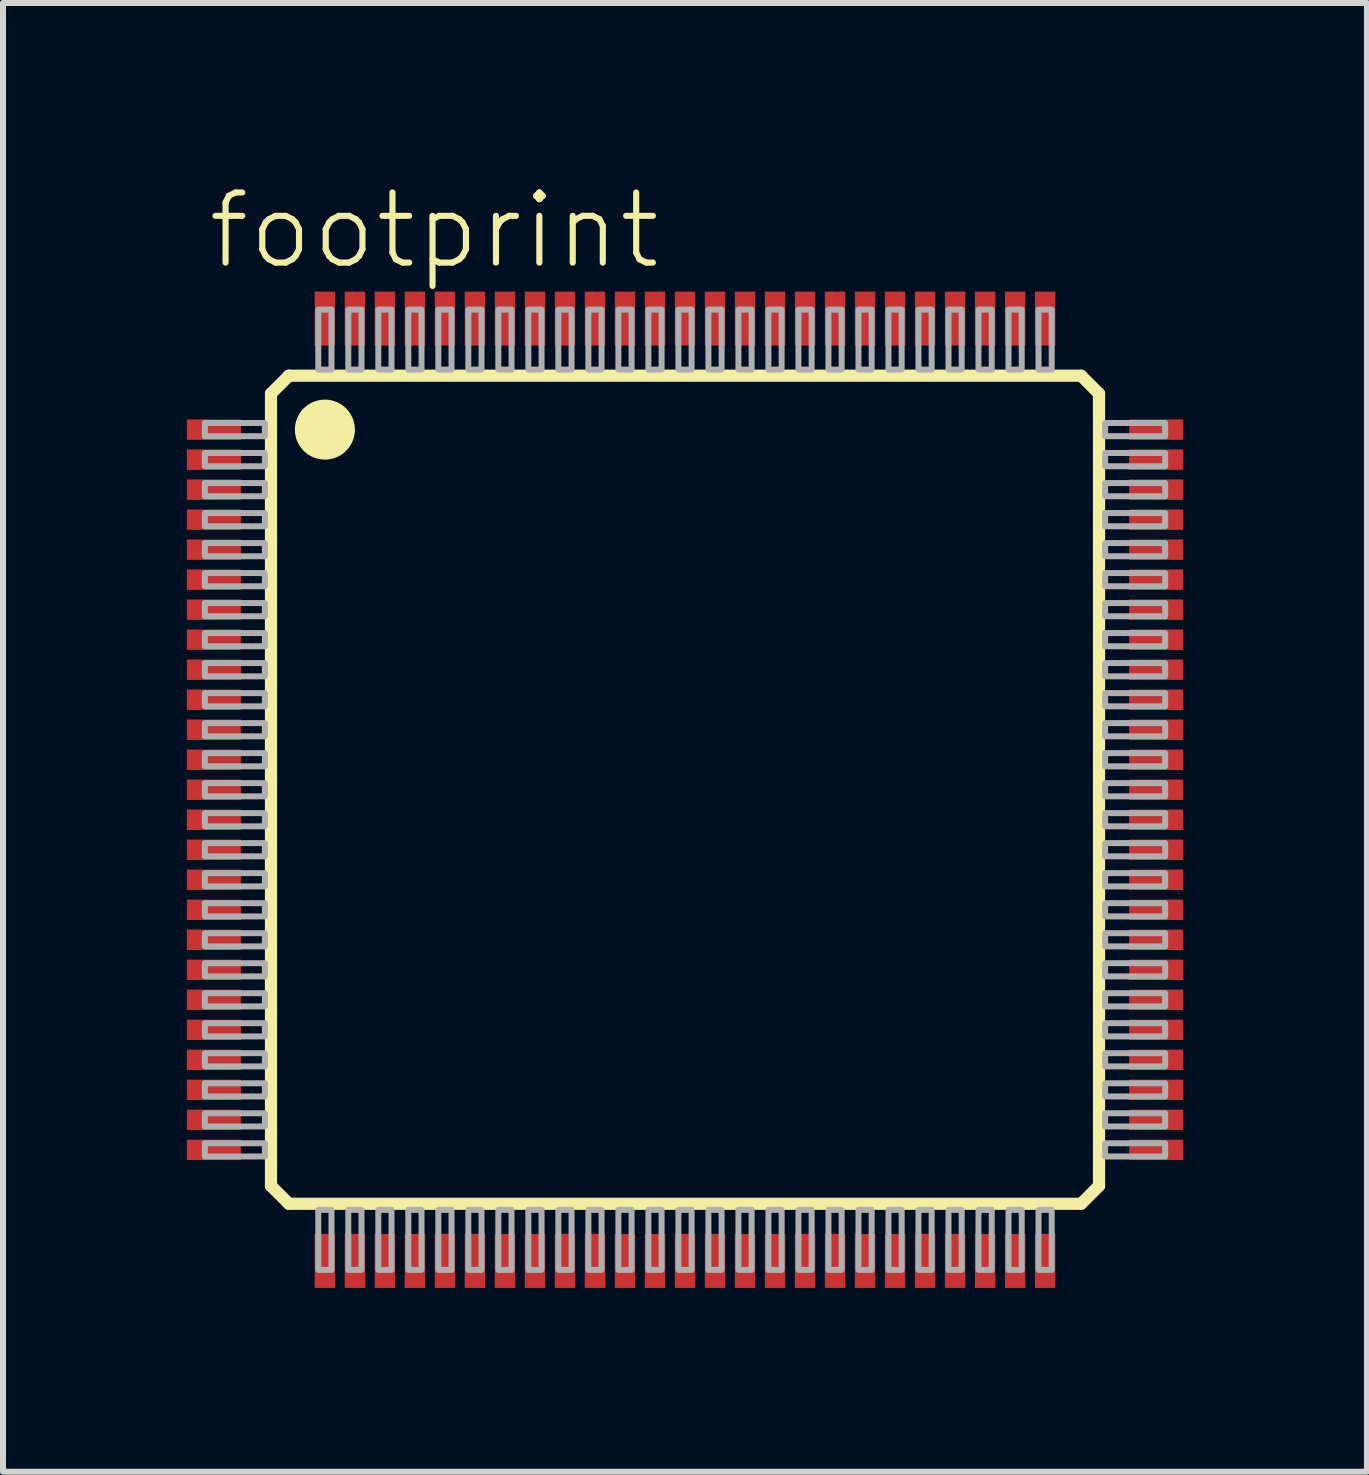
<source format=kicad_pcb>
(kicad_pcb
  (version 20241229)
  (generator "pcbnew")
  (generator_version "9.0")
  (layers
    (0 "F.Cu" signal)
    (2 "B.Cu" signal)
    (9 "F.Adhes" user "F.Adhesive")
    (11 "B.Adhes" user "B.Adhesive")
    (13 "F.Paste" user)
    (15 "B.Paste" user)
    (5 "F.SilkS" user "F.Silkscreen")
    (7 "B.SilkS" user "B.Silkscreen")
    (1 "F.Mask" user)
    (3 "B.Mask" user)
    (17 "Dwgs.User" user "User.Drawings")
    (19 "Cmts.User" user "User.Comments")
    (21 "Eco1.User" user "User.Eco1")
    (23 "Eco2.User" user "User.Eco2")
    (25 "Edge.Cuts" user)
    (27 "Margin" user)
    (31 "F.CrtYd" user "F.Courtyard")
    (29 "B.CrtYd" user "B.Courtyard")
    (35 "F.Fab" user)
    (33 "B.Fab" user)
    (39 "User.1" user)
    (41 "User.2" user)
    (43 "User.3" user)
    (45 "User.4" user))
  (footprint "footprint"
    (layer "F.Cu")
    (at 8.363 10.108)
    (property "Reference" "footprint" (at -8 -8.635 0) (layer "F.SilkS") (effects (font (size 1.168 1.168) (thickness 0.102)) (justify left bottom)))
    (fp_poly (pts (xy -8.363 -5.8) (xy -7.35 -5.8) (xy -7.35 -6.2) (xy -8.363 -6.2)) (stroke (width 0) (type solid)) (fill yes) (layer "F.Mask"))
    (fp_poly (pts (xy -8.363 -5.3) (xy -7.35 -5.3) (xy -7.35 -5.7) (xy -8.363 -5.7)) (stroke (width 0) (type solid)) (fill yes) (layer "F.Mask"))
    (fp_poly (pts (xy -8.363 -4.8) (xy -7.35 -4.8) (xy -7.35 -5.2) (xy -8.363 -5.2)) (stroke (width 0) (type solid)) (fill yes) (layer "F.Mask"))
    (fp_poly (pts (xy -8.363 -4.3) (xy -7.35 -4.3) (xy -7.35 -4.7) (xy -8.363 -4.7)) (stroke (width 0) (type solid)) (fill yes) (layer "F.Mask"))
    (fp_poly (pts (xy -8.363 -3.8) (xy -7.35 -3.8) (xy -7.35 -4.2) (xy -8.363 -4.2)) (stroke (width 0) (type solid)) (fill yes) (layer "F.Mask"))
    (fp_poly (pts (xy -8.363 -3.3) (xy -7.35 -3.3) (xy -7.35 -3.7) (xy -8.363 -3.7)) (stroke (width 0) (type solid)) (fill yes) (layer "F.Mask"))
    (fp_poly (pts (xy -8.363 -2.8) (xy -7.35 -2.8) (xy -7.35 -3.2) (xy -8.363 -3.2)) (stroke (width 0) (type solid)) (fill yes) (layer "F.Mask"))
    (fp_poly (pts (xy -8.363 -2.3) (xy -7.35 -2.3) (xy -7.35 -2.7) (xy -8.363 -2.7)) (stroke (width 0) (type solid)) (fill yes) (layer "F.Mask"))
    (fp_poly (pts (xy -8.363 -1.8) (xy -7.35 -1.8) (xy -7.35 -2.2) (xy -8.363 -2.2)) (stroke (width 0) (type solid)) (fill yes) (layer "F.Mask"))
    (fp_poly (pts (xy -8.363 -1.3) (xy -7.35 -1.3) (xy -7.35 -1.7) (xy -8.363 -1.7)) (stroke (width 0) (type solid)) (fill yes) (layer "F.Mask"))
    (fp_poly (pts (xy -8.363 -0.8) (xy -7.35 -0.8) (xy -7.35 -1.2) (xy -8.363 -1.2)) (stroke (width 0) (type solid)) (fill yes) (layer "F.Mask"))
    (fp_poly (pts (xy -8.363 -0.3) (xy -7.35 -0.3) (xy -7.35 -0.7) (xy -8.363 -0.7)) (stroke (width 0) (type solid)) (fill yes) (layer "F.Mask"))
    (fp_poly (pts (xy -8.363 0.2) (xy -7.35 0.2) (xy -7.35 -0.2) (xy -8.363 -0.2)) (stroke (width 0) (type solid)) (fill yes) (layer "F.Mask"))
    (fp_poly (pts (xy -8.363 0.7) (xy -7.35 0.7) (xy -7.35 0.3) (xy -8.363 0.3)) (stroke (width 0) (type solid)) (fill yes) (layer "F.Mask"))
    (fp_poly (pts (xy -8.363 1.2) (xy -7.35 1.2) (xy -7.35 0.8) (xy -8.363 0.8)) (stroke (width 0) (type solid)) (fill yes) (layer "F.Mask"))
    (fp_poly (pts (xy -8.363 1.7) (xy -7.35 1.7) (xy -7.35 1.3) (xy -8.363 1.3)) (stroke (width 0) (type solid)) (fill yes) (layer "F.Mask"))
    (fp_poly (pts (xy -8.363 2.2) (xy -7.35 2.2) (xy -7.35 1.8) (xy -8.363 1.8)) (stroke (width 0) (type solid)) (fill yes) (layer "F.Mask"))
    (fp_poly (pts (xy -8.363 2.7) (xy -7.35 2.7) (xy -7.35 2.3) (xy -8.363 2.3)) (stroke (width 0) (type solid)) (fill yes) (layer "F.Mask"))
    (fp_poly (pts (xy -8.363 3.2) (xy -7.35 3.2) (xy -7.35 2.8) (xy -8.363 2.8)) (stroke (width 0) (type solid)) (fill yes) (layer "F.Mask"))
    (fp_poly (pts (xy -8.363 3.7) (xy -7.35 3.7) (xy -7.35 3.3) (xy -8.363 3.3)) (stroke (width 0) (type solid)) (fill yes) (layer "F.Mask"))
    (fp_poly (pts (xy -8.363 4.2) (xy -7.35 4.2) (xy -7.35 3.8) (xy -8.363 3.8)) (stroke (width 0) (type solid)) (fill yes) (layer "F.Mask"))
    (fp_poly (pts (xy -8.363 4.7) (xy -7.35 4.7) (xy -7.35 4.3) (xy -8.363 4.3)) (stroke (width 0) (type solid)) (fill yes) (layer "F.Mask"))
    (fp_poly (pts (xy -8.363 5.2) (xy -7.35 5.2) (xy -7.35 4.8) (xy -8.363 4.8)) (stroke (width 0) (type solid)) (fill yes) (layer "F.Mask"))
    (fp_poly (pts (xy -8.363 5.7) (xy -7.35 5.7) (xy -7.35 5.3) (xy -8.363 5.3)) (stroke (width 0) (type solid)) (fill yes) (layer "F.Mask"))
    (fp_poly (pts (xy -8.363 6.2) (xy -7.35 6.2) (xy -7.35 5.8) (xy -8.363 5.8)) (stroke (width 0) (type solid)) (fill yes) (layer "F.Mask"))
    (fp_poly (pts (xy -6.2 -8.363) (xy -6.2 -7.35) (xy -5.8 -7.35) (xy -5.8 -8.363)) (stroke (width 0) (type solid)) (fill yes) (layer "F.Mask"))
    (fp_poly (pts (xy -5.8 8.363) (xy -5.8 7.35) (xy -6.2 7.35) (xy -6.2 8.363)) (stroke (width 0) (type solid)) (fill yes) (layer "F.Mask"))
    (fp_poly (pts (xy -5.7 -8.363) (xy -5.7 -7.35) (xy -5.3 -7.35) (xy -5.3 -8.363)) (stroke (width 0) (type solid)) (fill yes) (layer "F.Mask"))
    (fp_poly (pts (xy -5.3 8.363) (xy -5.3 7.35) (xy -5.7 7.35) (xy -5.7 8.363)) (stroke (width 0) (type solid)) (fill yes) (layer "F.Mask"))
    (fp_poly (pts (xy -5.2 -8.363) (xy -5.2 -7.35) (xy -4.8 -7.35) (xy -4.8 -8.363)) (stroke (width 0) (type solid)) (fill yes) (layer "F.Mask"))
    (fp_poly (pts (xy -4.8 8.363) (xy -4.8 7.35) (xy -5.2 7.35) (xy -5.2 8.363)) (stroke (width 0) (type solid)) (fill yes) (layer "F.Mask"))
    (fp_poly (pts (xy -4.7 -8.363) (xy -4.7 -7.35) (xy -4.3 -7.35) (xy -4.3 -8.363)) (stroke (width 0) (type solid)) (fill yes) (layer "F.Mask"))
    (fp_poly (pts (xy -4.3 8.363) (xy -4.3 7.35) (xy -4.7 7.35) (xy -4.7 8.363)) (stroke (width 0) (type solid)) (fill yes) (layer "F.Mask"))
    (fp_poly (pts (xy -4.2 -8.363) (xy -4.2 -7.35) (xy -3.8 -7.35) (xy -3.8 -8.363)) (stroke (width 0) (type solid)) (fill yes) (layer "F.Mask"))
    (fp_poly (pts (xy -3.8 8.363) (xy -3.8 7.35) (xy -4.2 7.35) (xy -4.2 8.363)) (stroke (width 0) (type solid)) (fill yes) (layer "F.Mask"))
    (fp_poly (pts (xy -3.7 -8.363) (xy -3.7 -7.35) (xy -3.3 -7.35) (xy -3.3 -8.363)) (stroke (width 0) (type solid)) (fill yes) (layer "F.Mask"))
    (fp_poly (pts (xy -3.3 8.363) (xy -3.3 7.35) (xy -3.7 7.35) (xy -3.7 8.363)) (stroke (width 0) (type solid)) (fill yes) (layer "F.Mask"))
    (fp_poly (pts (xy -3.2 -8.363) (xy -3.2 -7.35) (xy -2.8 -7.35) (xy -2.8 -8.363)) (stroke (width 0) (type solid)) (fill yes) (layer "F.Mask"))
    (fp_poly (pts (xy -2.8 8.363) (xy -2.8 7.35) (xy -3.2 7.35) (xy -3.2 8.363)) (stroke (width 0) (type solid)) (fill yes) (layer "F.Mask"))
    (fp_poly (pts (xy -2.7 -8.363) (xy -2.7 -7.35) (xy -2.3 -7.35) (xy -2.3 -8.363)) (stroke (width 0) (type solid)) (fill yes) (layer "F.Mask"))
    (fp_poly (pts (xy -2.3 8.363) (xy -2.3 7.35) (xy -2.7 7.35) (xy -2.7 8.363)) (stroke (width 0) (type solid)) (fill yes) (layer "F.Mask"))
    (fp_poly (pts (xy -2.2 -8.363) (xy -2.2 -7.35) (xy -1.8 -7.35) (xy -1.8 -8.363)) (stroke (width 0) (type solid)) (fill yes) (layer "F.Mask"))
    (fp_poly (pts (xy -1.8 8.363) (xy -1.8 7.35) (xy -2.2 7.35) (xy -2.2 8.363)) (stroke (width 0) (type solid)) (fill yes) (layer "F.Mask"))
    (fp_poly (pts (xy -1.7 -8.363) (xy -1.7 -7.35) (xy -1.3 -7.35) (xy -1.3 -8.363)) (stroke (width 0) (type solid)) (fill yes) (layer "F.Mask"))
    (fp_poly (pts (xy -1.3 8.363) (xy -1.3 7.35) (xy -1.7 7.35) (xy -1.7 8.363)) (stroke (width 0) (type solid)) (fill yes) (layer "F.Mask"))
    (fp_poly (pts (xy -1.2 -8.363) (xy -1.2 -7.35) (xy -0.8 -7.35) (xy -0.8 -8.363)) (stroke (width 0) (type solid)) (fill yes) (layer "F.Mask"))
    (fp_poly (pts (xy -0.8 8.363) (xy -0.8 7.35) (xy -1.2 7.35) (xy -1.2 8.363)) (stroke (width 0) (type solid)) (fill yes) (layer "F.Mask"))
    (fp_poly (pts (xy -0.7 -8.363) (xy -0.7 -7.35) (xy -0.3 -7.35) (xy -0.3 -8.363)) (stroke (width 0) (type solid)) (fill yes) (layer "F.Mask"))
    (fp_poly (pts (xy -0.3 8.363) (xy -0.3 7.35) (xy -0.7 7.35) (xy -0.7 8.363)) (stroke (width 0) (type solid)) (fill yes) (layer "F.Mask"))
    (fp_poly (pts (xy -0.2 -8.363) (xy -0.2 -7.35) (xy 0.2 -7.35) (xy 0.2 -8.363)) (stroke (width 0) (type solid)) (fill yes) (layer "F.Mask"))
    (fp_poly (pts (xy 0.2 8.363) (xy 0.2 7.35) (xy -0.2 7.35) (xy -0.2 8.363)) (stroke (width 0) (type solid)) (fill yes) (layer "F.Mask"))
    (fp_poly (pts (xy 0.3 -8.363) (xy 0.3 -7.35) (xy 0.7 -7.35) (xy 0.7 -8.363)) (stroke (width 0) (type solid)) (fill yes) (layer "F.Mask"))
    (fp_poly (pts (xy 0.7 8.363) (xy 0.7 7.35) (xy 0.3 7.35) (xy 0.3 8.363)) (stroke (width 0) (type solid)) (fill yes) (layer "F.Mask"))
    (fp_poly (pts (xy 0.8 -8.363) (xy 0.8 -7.35) (xy 1.2 -7.35) (xy 1.2 -8.363)) (stroke (width 0) (type solid)) (fill yes) (layer "F.Mask"))
    (fp_poly (pts (xy 1.2 8.363) (xy 1.2 7.35) (xy 0.8 7.35) (xy 0.8 8.363)) (stroke (width 0) (type solid)) (fill yes) (layer "F.Mask"))
    (fp_poly (pts (xy 1.3 -8.363) (xy 1.3 -7.35) (xy 1.7 -7.35) (xy 1.7 -8.363)) (stroke (width 0) (type solid)) (fill yes) (layer "F.Mask"))
    (fp_poly (pts (xy 1.7 8.363) (xy 1.7 7.35) (xy 1.3 7.35) (xy 1.3 8.363)) (stroke (width 0) (type solid)) (fill yes) (layer "F.Mask"))
    (fp_poly (pts (xy 1.8 -8.363) (xy 1.8 -7.35) (xy 2.2 -7.35) (xy 2.2 -8.363)) (stroke (width 0) (type solid)) (fill yes) (layer "F.Mask"))
    (fp_poly (pts (xy 2.2 8.363) (xy 2.2 7.35) (xy 1.8 7.35) (xy 1.8 8.363)) (stroke (width 0) (type solid)) (fill yes) (layer "F.Mask"))
    (fp_poly (pts (xy 2.3 -8.363) (xy 2.3 -7.35) (xy 2.7 -7.35) (xy 2.7 -8.363)) (stroke (width 0) (type solid)) (fill yes) (layer "F.Mask"))
    (fp_poly (pts (xy 2.7 8.363) (xy 2.7 7.35) (xy 2.3 7.35) (xy 2.3 8.363)) (stroke (width 0) (type solid)) (fill yes) (layer "F.Mask"))
    (fp_poly (pts (xy 2.8 -8.363) (xy 2.8 -7.35) (xy 3.2 -7.35) (xy 3.2 -8.363)) (stroke (width 0) (type solid)) (fill yes) (layer "F.Mask"))
    (fp_poly (pts (xy 3.2 8.363) (xy 3.2 7.35) (xy 2.8 7.35) (xy 2.8 8.363)) (stroke (width 0) (type solid)) (fill yes) (layer "F.Mask"))
    (fp_poly (pts (xy 3.3 -8.363) (xy 3.3 -7.35) (xy 3.7 -7.35) (xy 3.7 -8.363)) (stroke (width 0) (type solid)) (fill yes) (layer "F.Mask"))
    (fp_poly (pts (xy 3.7 8.363) (xy 3.7 7.35) (xy 3.3 7.35) (xy 3.3 8.363)) (stroke (width 0) (type solid)) (fill yes) (layer "F.Mask"))
    (fp_poly (pts (xy 3.8 -8.363) (xy 3.8 -7.35) (xy 4.2 -7.35) (xy 4.2 -8.363)) (stroke (width 0) (type solid)) (fill yes) (layer "F.Mask"))
    (fp_poly (pts (xy 4.2 8.363) (xy 4.2 7.35) (xy 3.8 7.35) (xy 3.8 8.363)) (stroke (width 0) (type solid)) (fill yes) (layer "F.Mask"))
    (fp_poly (pts (xy 4.3 -8.363) (xy 4.3 -7.35) (xy 4.7 -7.35) (xy 4.7 -8.363)) (stroke (width 0) (type solid)) (fill yes) (layer "F.Mask"))
    (fp_poly (pts (xy 4.7 8.363) (xy 4.7 7.35) (xy 4.3 7.35) (xy 4.3 8.363)) (stroke (width 0) (type solid)) (fill yes) (layer "F.Mask"))
    (fp_poly (pts (xy 4.8 -8.363) (xy 4.8 -7.35) (xy 5.2 -7.35) (xy 5.2 -8.363)) (stroke (width 0) (type solid)) (fill yes) (layer "F.Mask"))
    (fp_poly (pts (xy 5.2 8.363) (xy 5.2 7.35) (xy 4.8 7.35) (xy 4.8 8.363)) (stroke (width 0) (type solid)) (fill yes) (layer "F.Mask"))
    (fp_poly (pts (xy 5.3 -8.363) (xy 5.3 -7.35) (xy 5.7 -7.35) (xy 5.7 -8.363)) (stroke (width 0) (type solid)) (fill yes) (layer "F.Mask"))
    (fp_poly (pts (xy 5.7 8.363) (xy 5.7 7.35) (xy 5.3 7.35) (xy 5.3 8.363)) (stroke (width 0) (type solid)) (fill yes) (layer "F.Mask"))
    (fp_poly (pts (xy 5.8 -8.363) (xy 5.8 -7.35) (xy 6.2 -7.35) (xy 6.2 -8.363)) (stroke (width 0) (type solid)) (fill yes) (layer "F.Mask"))
    (fp_poly (pts (xy 6.2 8.363) (xy 6.2 7.35) (xy 5.8 7.35) (xy 5.8 8.363)) (stroke (width 0) (type solid)) (fill yes) (layer "F.Mask"))
    (fp_poly (pts (xy 8.363 -6.2) (xy 7.35 -6.2) (xy 7.35 -5.8) (xy 8.363 -5.8)) (stroke (width 0) (type solid)) (fill yes) (layer "F.Mask"))
    (fp_poly (pts (xy 8.363 -5.7) (xy 7.35 -5.7) (xy 7.35 -5.3) (xy 8.363 -5.3)) (stroke (width 0) (type solid)) (fill yes) (layer "F.Mask"))
    (fp_poly (pts (xy 8.363 -5.2) (xy 7.35 -5.2) (xy 7.35 -4.8) (xy 8.363 -4.8)) (stroke (width 0) (type solid)) (fill yes) (layer "F.Mask"))
    (fp_poly (pts (xy 8.363 -4.7) (xy 7.35 -4.7) (xy 7.35 -4.3) (xy 8.363 -4.3)) (stroke (width 0) (type solid)) (fill yes) (layer "F.Mask"))
    (fp_poly (pts (xy 8.363 -4.2) (xy 7.35 -4.2) (xy 7.35 -3.8) (xy 8.363 -3.8)) (stroke (width 0) (type solid)) (fill yes) (layer "F.Mask"))
    (fp_poly (pts (xy 8.363 -3.7) (xy 7.35 -3.7) (xy 7.35 -3.3) (xy 8.363 -3.3)) (stroke (width 0) (type solid)) (fill yes) (layer "F.Mask"))
    (fp_poly (pts (xy 8.363 -3.2) (xy 7.35 -3.2) (xy 7.35 -2.8) (xy 8.363 -2.8)) (stroke (width 0) (type solid)) (fill yes) (layer "F.Mask"))
    (fp_poly (pts (xy 8.363 -2.7) (xy 7.35 -2.7) (xy 7.35 -2.3) (xy 8.363 -2.3)) (stroke (width 0) (type solid)) (fill yes) (layer "F.Mask"))
    (fp_poly (pts (xy 8.363 -2.2) (xy 7.35 -2.2) (xy 7.35 -1.8) (xy 8.363 -1.8)) (stroke (width 0) (type solid)) (fill yes) (layer "F.Mask"))
    (fp_poly (pts (xy 8.363 -1.7) (xy 7.35 -1.7) (xy 7.35 -1.3) (xy 8.363 -1.3)) (stroke (width 0) (type solid)) (fill yes) (layer "F.Mask"))
    (fp_poly (pts (xy 8.363 -1.2) (xy 7.35 -1.2) (xy 7.35 -0.8) (xy 8.363 -0.8)) (stroke (width 0) (type solid)) (fill yes) (layer "F.Mask"))
    (fp_poly (pts (xy 8.363 -0.7) (xy 7.35 -0.7) (xy 7.35 -0.3) (xy 8.363 -0.3)) (stroke (width 0) (type solid)) (fill yes) (layer "F.Mask"))
    (fp_poly (pts (xy 8.363 -0.2) (xy 7.35 -0.2) (xy 7.35 0.2) (xy 8.363 0.2)) (stroke (width 0) (type solid)) (fill yes) (layer "F.Mask"))
    (fp_poly (pts (xy 8.363 0.3) (xy 7.35 0.3) (xy 7.35 0.7) (xy 8.363 0.7)) (stroke (width 0) (type solid)) (fill yes) (layer "F.Mask"))
    (fp_poly (pts (xy 8.363 0.8) (xy 7.35 0.8) (xy 7.35 1.2) (xy 8.363 1.2)) (stroke (width 0) (type solid)) (fill yes) (layer "F.Mask"))
    (fp_poly (pts (xy 8.363 1.3) (xy 7.35 1.3) (xy 7.35 1.7) (xy 8.363 1.7)) (stroke (width 0) (type solid)) (fill yes) (layer "F.Mask"))
    (fp_poly (pts (xy 8.363 1.8) (xy 7.35 1.8) (xy 7.35 2.2) (xy 8.363 2.2)) (stroke (width 0) (type solid)) (fill yes) (layer "F.Mask"))
    (fp_poly (pts (xy 8.363 2.3) (xy 7.35 2.3) (xy 7.35 2.7) (xy 8.363 2.7)) (stroke (width 0) (type solid)) (fill yes) (layer "F.Mask"))
    (fp_poly (pts (xy 8.363 2.8) (xy 7.35 2.8) (xy 7.35 3.2) (xy 8.363 3.2)) (stroke (width 0) (type solid)) (fill yes) (layer "F.Mask"))
    (fp_poly (pts (xy 8.363 3.3) (xy 7.35 3.3) (xy 7.35 3.7) (xy 8.363 3.7)) (stroke (width 0) (type solid)) (fill yes) (layer "F.Mask"))
    (fp_poly (pts (xy 8.363 3.8) (xy 7.35 3.8) (xy 7.35 4.2) (xy 8.363 4.2)) (stroke (width 0) (type solid)) (fill yes) (layer "F.Mask"))
    (fp_poly (pts (xy 8.363 4.3) (xy 7.35 4.3) (xy 7.35 4.7) (xy 8.363 4.7)) (stroke (width 0) (type solid)) (fill yes) (layer "F.Mask"))
    (fp_poly (pts (xy 8.363 4.8) (xy 7.35 4.8) (xy 7.35 5.2) (xy 8.363 5.2)) (stroke (width 0) (type solid)) (fill yes) (layer "F.Mask"))
    (fp_poly (pts (xy 8.363 5.3) (xy 7.35 5.3) (xy 7.35 5.7) (xy 8.363 5.7)) (stroke (width 0) (type solid)) (fill yes) (layer "F.Mask"))
    (fp_poly (pts (xy 8.363 5.8) (xy 7.35 5.8) (xy 7.35 6.2) (xy 8.363 6.2)) (stroke (width 0) (type solid)) (fill yes) (layer "F.Mask"))
    (fp_line (start -6.898 -6.6) (end -6.898 6.6) (stroke (width 0.203) (type solid)) (layer "F.SilkS"))
    (fp_line (start -6.898 6.6) (end -6.6 6.898) (stroke (width 0.203) (type solid)) (layer "F.SilkS"))
    (fp_line (start -6.6 -6.898) (end -6.898 -6.6) (stroke (width 0.203) (type solid)) (layer "F.SilkS"))
    (fp_line (start -6.6 6.898) (end 6.6 6.898) (stroke (width 0.203) (type solid)) (layer "F.SilkS"))
    (fp_line (start 6.6 -6.898) (end -6.6 -6.898) (stroke (width 0.203) (type solid)) (layer "F.SilkS"))
    (fp_line (start 6.6 6.898) (end 6.898 6.6) (stroke (width 0.203) (type solid)) (layer "F.SilkS"))
    (fp_line (start 6.898 -6.6) (end 6.6 -6.898) (stroke (width 0.203) (type solid)) (layer "F.SilkS"))
    (fp_line (start 6.898 6.6) (end 6.898 -6.6) (stroke (width 0.203) (type solid)) (layer "F.SilkS"))
    (fp_circle (center -6 -6) (end -5.75 -6) (stroke (width 0.5) (type solid)) (fill yes) (layer "F.SilkS"))
    (fp_poly (pts (xy -8.262 -5.838) (xy -7.45 -5.838) (xy -7.45 -6.162) (xy -8.262 -6.162)) (stroke (width 0) (type solid)) (fill yes) (layer "F.Paste"))
    (fp_poly (pts (xy -8.262 -5.338) (xy -7.45 -5.338) (xy -7.45 -5.662) (xy -8.262 -5.662)) (stroke (width 0) (type solid)) (fill yes) (layer "F.Paste"))
    (fp_poly (pts (xy -8.262 -4.838) (xy -7.45 -4.838) (xy -7.45 -5.162) (xy -8.262 -5.162)) (stroke (width 0) (type solid)) (fill yes) (layer "F.Paste"))
    (fp_poly (pts (xy -8.262 -4.338) (xy -7.45 -4.338) (xy -7.45 -4.662) (xy -8.262 -4.662)) (stroke (width 0) (type solid)) (fill yes) (layer "F.Paste"))
    (fp_poly (pts (xy -8.262 -3.837) (xy -7.45 -3.837) (xy -7.45 -4.162) (xy -8.262 -4.162)) (stroke (width 0) (type solid)) (fill yes) (layer "F.Paste"))
    (fp_poly (pts (xy -8.262 -3.337) (xy -7.45 -3.337) (xy -7.45 -3.663) (xy -8.262 -3.663)) (stroke (width 0) (type solid)) (fill yes) (layer "F.Paste"))
    (fp_poly (pts (xy -8.262 -2.837) (xy -7.45 -2.837) (xy -7.45 -3.163) (xy -8.262 -3.163)) (stroke (width 0) (type solid)) (fill yes) (layer "F.Paste"))
    (fp_poly (pts (xy -8.262 -2.337) (xy -7.45 -2.337) (xy -7.45 -2.663) (xy -8.262 -2.663)) (stroke (width 0) (type solid)) (fill yes) (layer "F.Paste"))
    (fp_poly (pts (xy -8.262 -1.837) (xy -7.45 -1.837) (xy -7.45 -2.163) (xy -8.262 -2.163)) (stroke (width 0) (type solid)) (fill yes) (layer "F.Paste"))
    (fp_poly (pts (xy -8.262 -1.337) (xy -7.45 -1.337) (xy -7.45 -1.663) (xy -8.262 -1.663)) (stroke (width 0) (type solid)) (fill yes) (layer "F.Paste"))
    (fp_poly (pts (xy -8.262 -0.838) (xy -7.45 -0.838) (xy -7.45 -1.163) (xy -8.262 -1.163)) (stroke (width 0) (type solid)) (fill yes) (layer "F.Paste"))
    (fp_poly (pts (xy -8.262 -0.338) (xy -7.45 -0.338) (xy -7.45 -0.662) (xy -8.262 -0.662)) (stroke (width 0) (type solid)) (fill yes) (layer "F.Paste"))
    (fp_poly (pts (xy -8.262 0.163) (xy -7.45 0.163) (xy -7.45 -0.163) (xy -8.262 -0.163)) (stroke (width 0) (type solid)) (fill yes) (layer "F.Paste"))
    (fp_poly (pts (xy -8.262 0.662) (xy -7.45 0.662) (xy -7.45 0.338) (xy -8.262 0.338)) (stroke (width 0) (type solid)) (fill yes) (layer "F.Paste"))
    (fp_poly (pts (xy -8.262 1.163) (xy -7.45 1.163) (xy -7.45 0.838) (xy -8.262 0.838)) (stroke (width 0) (type solid)) (fill yes) (layer "F.Paste"))
    (fp_poly (pts (xy -8.262 1.663) (xy -7.45 1.663) (xy -7.45 1.337) (xy -8.262 1.337)) (stroke (width 0) (type solid)) (fill yes) (layer "F.Paste"))
    (fp_poly (pts (xy -8.262 2.163) (xy -7.45 2.163) (xy -7.45 1.837) (xy -8.262 1.837)) (stroke (width 0) (type solid)) (fill yes) (layer "F.Paste"))
    (fp_poly (pts (xy -8.262 2.663) (xy -7.45 2.663) (xy -7.45 2.337) (xy -8.262 2.337)) (stroke (width 0) (type solid)) (fill yes) (layer "F.Paste"))
    (fp_poly (pts (xy -8.262 3.163) (xy -7.45 3.163) (xy -7.45 2.837) (xy -8.262 2.837)) (stroke (width 0) (type solid)) (fill yes) (layer "F.Paste"))
    (fp_poly (pts (xy -8.262 3.663) (xy -7.45 3.663) (xy -7.45 3.337) (xy -8.262 3.337)) (stroke (width 0) (type solid)) (fill yes) (layer "F.Paste"))
    (fp_poly (pts (xy -8.262 4.162) (xy -7.45 4.162) (xy -7.45 3.837) (xy -8.262 3.837)) (stroke (width 0) (type solid)) (fill yes) (layer "F.Paste"))
    (fp_poly (pts (xy -8.262 4.662) (xy -7.45 4.662) (xy -7.45 4.338) (xy -8.262 4.338)) (stroke (width 0) (type solid)) (fill yes) (layer "F.Paste"))
    (fp_poly (pts (xy -8.262 5.162) (xy -7.45 5.162) (xy -7.45 4.838) (xy -8.262 4.838)) (stroke (width 0) (type solid)) (fill yes) (layer "F.Paste"))
    (fp_poly (pts (xy -8.262 5.662) (xy -7.45 5.662) (xy -7.45 5.338) (xy -8.262 5.338)) (stroke (width 0) (type solid)) (fill yes) (layer "F.Paste"))
    (fp_poly (pts (xy -8.262 6.162) (xy -7.45 6.162) (xy -7.45 5.838) (xy -8.262 5.838)) (stroke (width 0) (type solid)) (fill yes) (layer "F.Paste"))
    (fp_poly (pts (xy -6.162 -8.262) (xy -6.162 -7.45) (xy -5.838 -7.45) (xy -5.838 -8.262)) (stroke (width 0) (type solid)) (fill yes) (layer "F.Paste"))
    (fp_poly (pts (xy -5.838 8.262) (xy -5.838 7.45) (xy -6.162 7.45) (xy -6.162 8.262)) (stroke (width 0) (type solid)) (fill yes) (layer "F.Paste"))
    (fp_poly (pts (xy -5.662 -8.262) (xy -5.662 -7.45) (xy -5.338 -7.45) (xy -5.338 -8.262)) (stroke (width 0) (type solid)) (fill yes) (layer "F.Paste"))
    (fp_poly (pts (xy -5.338 8.262) (xy -5.338 7.45) (xy -5.662 7.45) (xy -5.662 8.262)) (stroke (width 0) (type solid)) (fill yes) (layer "F.Paste"))
    (fp_poly (pts (xy -5.162 -8.262) (xy -5.162 -7.45) (xy -4.838 -7.45) (xy -4.838 -8.262)) (stroke (width 0) (type solid)) (fill yes) (layer "F.Paste"))
    (fp_poly (pts (xy -4.838 8.262) (xy -4.838 7.45) (xy -5.162 7.45) (xy -5.162 8.262)) (stroke (width 0) (type solid)) (fill yes) (layer "F.Paste"))
    (fp_poly (pts (xy -4.662 -8.262) (xy -4.662 -7.45) (xy -4.338 -7.45) (xy -4.338 -8.262)) (stroke (width 0) (type solid)) (fill yes) (layer "F.Paste"))
    (fp_poly (pts (xy -4.338 8.262) (xy -4.338 7.45) (xy -4.662 7.45) (xy -4.662 8.262)) (stroke (width 0) (type solid)) (fill yes) (layer "F.Paste"))
    (fp_poly (pts (xy -4.162 -8.262) (xy -4.162 -7.45) (xy -3.837 -7.45) (xy -3.837 -8.262)) (stroke (width 0) (type solid)) (fill yes) (layer "F.Paste"))
    (fp_poly (pts (xy -3.837 8.262) (xy -3.837 7.45) (xy -4.162 7.45) (xy -4.162 8.262)) (stroke (width 0) (type solid)) (fill yes) (layer "F.Paste"))
    (fp_poly (pts (xy -3.663 -8.262) (xy -3.663 -7.45) (xy -3.337 -7.45) (xy -3.337 -8.262)) (stroke (width 0) (type solid)) (fill yes) (layer "F.Paste"))
    (fp_poly (pts (xy -3.337 8.262) (xy -3.337 7.45) (xy -3.663 7.45) (xy -3.663 8.262)) (stroke (width 0) (type solid)) (fill yes) (layer "F.Paste"))
    (fp_poly (pts (xy -3.163 -8.262) (xy -3.163 -7.45) (xy -2.837 -7.45) (xy -2.837 -8.262)) (stroke (width 0) (type solid)) (fill yes) (layer "F.Paste"))
    (fp_poly (pts (xy -2.837 8.262) (xy -2.837 7.45) (xy -3.163 7.45) (xy -3.163 8.262)) (stroke (width 0) (type solid)) (fill yes) (layer "F.Paste"))
    (fp_poly (pts (xy -2.663 -8.262) (xy -2.663 -7.45) (xy -2.337 -7.45) (xy -2.337 -8.262)) (stroke (width 0) (type solid)) (fill yes) (layer "F.Paste"))
    (fp_poly (pts (xy -2.337 8.262) (xy -2.337 7.45) (xy -2.663 7.45) (xy -2.663 8.262)) (stroke (width 0) (type solid)) (fill yes) (layer "F.Paste"))
    (fp_poly (pts (xy -2.163 -8.262) (xy -2.163 -7.45) (xy -1.837 -7.45) (xy -1.837 -8.262)) (stroke (width 0) (type solid)) (fill yes) (layer "F.Paste"))
    (fp_poly (pts (xy -1.837 8.262) (xy -1.837 7.45) (xy -2.163 7.45) (xy -2.163 8.262)) (stroke (width 0) (type solid)) (fill yes) (layer "F.Paste"))
    (fp_poly (pts (xy -1.663 -8.262) (xy -1.663 -7.45) (xy -1.337 -7.45) (xy -1.337 -8.262)) (stroke (width 0) (type solid)) (fill yes) (layer "F.Paste"))
    (fp_poly (pts (xy -1.337 8.262) (xy -1.337 7.45) (xy -1.663 7.45) (xy -1.663 8.262)) (stroke (width 0) (type solid)) (fill yes) (layer "F.Paste"))
    (fp_poly (pts (xy -1.163 -8.262) (xy -1.163 -7.45) (xy -0.838 -7.45) (xy -0.838 -8.262)) (stroke (width 0) (type solid)) (fill yes) (layer "F.Paste"))
    (fp_poly (pts (xy -0.838 8.262) (xy -0.838 7.45) (xy -1.163 7.45) (xy -1.163 8.262)) (stroke (width 0) (type solid)) (fill yes) (layer "F.Paste"))
    (fp_poly (pts (xy -0.662 -8.262) (xy -0.662 -7.45) (xy -0.338 -7.45) (xy -0.338 -8.262)) (stroke (width 0) (type solid)) (fill yes) (layer "F.Paste"))
    (fp_poly (pts (xy -0.338 8.262) (xy -0.338 7.45) (xy -0.662 7.45) (xy -0.662 8.262)) (stroke (width 0) (type solid)) (fill yes) (layer "F.Paste"))
    (fp_poly (pts (xy -0.163 -8.262) (xy -0.163 -7.45) (xy 0.163 -7.45) (xy 0.163 -8.262)) (stroke (width 0) (type solid)) (fill yes) (layer "F.Paste"))
    (fp_poly (pts (xy 0.163 8.262) (xy 0.163 7.45) (xy -0.163 7.45) (xy -0.163 8.262)) (stroke (width 0) (type solid)) (fill yes) (layer "F.Paste"))
    (fp_poly (pts (xy 0.338 -8.262) (xy 0.338 -7.45) (xy 0.662 -7.45) (xy 0.662 -8.262)) (stroke (width 0) (type solid)) (fill yes) (layer "F.Paste"))
    (fp_poly (pts (xy 0.662 8.262) (xy 0.662 7.45) (xy 0.338 7.45) (xy 0.338 8.262)) (stroke (width 0) (type solid)) (fill yes) (layer "F.Paste"))
    (fp_poly (pts (xy 0.838 -8.262) (xy 0.838 -7.45) (xy 1.163 -7.45) (xy 1.163 -8.262)) (stroke (width 0) (type solid)) (fill yes) (layer "F.Paste"))
    (fp_poly (pts (xy 1.163 8.262) (xy 1.163 7.45) (xy 0.838 7.45) (xy 0.838 8.262)) (stroke (width 0) (type solid)) (fill yes) (layer "F.Paste"))
    (fp_poly (pts (xy 1.337 -8.262) (xy 1.337 -7.45) (xy 1.663 -7.45) (xy 1.663 -8.262)) (stroke (width 0) (type solid)) (fill yes) (layer "F.Paste"))
    (fp_poly (pts (xy 1.663 8.262) (xy 1.663 7.45) (xy 1.337 7.45) (xy 1.337 8.262)) (stroke (width 0) (type solid)) (fill yes) (layer "F.Paste"))
    (fp_poly (pts (xy 1.837 -8.262) (xy 1.837 -7.45) (xy 2.163 -7.45) (xy 2.163 -8.262)) (stroke (width 0) (type solid)) (fill yes) (layer "F.Paste"))
    (fp_poly (pts (xy 2.163 8.262) (xy 2.163 7.45) (xy 1.837 7.45) (xy 1.837 8.262)) (stroke (width 0) (type solid)) (fill yes) (layer "F.Paste"))
    (fp_poly (pts (xy 2.337 -8.262) (xy 2.337 -7.45) (xy 2.663 -7.45) (xy 2.663 -8.262)) (stroke (width 0) (type solid)) (fill yes) (layer "F.Paste"))
    (fp_poly (pts (xy 2.663 8.262) (xy 2.663 7.45) (xy 2.337 7.45) (xy 2.337 8.262)) (stroke (width 0) (type solid)) (fill yes) (layer "F.Paste"))
    (fp_poly (pts (xy 2.837 -8.262) (xy 2.837 -7.45) (xy 3.163 -7.45) (xy 3.163 -8.262)) (stroke (width 0) (type solid)) (fill yes) (layer "F.Paste"))
    (fp_poly (pts (xy 3.163 8.262) (xy 3.163 7.45) (xy 2.837 7.45) (xy 2.837 8.262)) (stroke (width 0) (type solid)) (fill yes) (layer "F.Paste"))
    (fp_poly (pts (xy 3.337 -8.262) (xy 3.337 -7.45) (xy 3.663 -7.45) (xy 3.663 -8.262)) (stroke (width 0) (type solid)) (fill yes) (layer "F.Paste"))
    (fp_poly (pts (xy 3.663 8.262) (xy 3.663 7.45) (xy 3.337 7.45) (xy 3.337 8.262)) (stroke (width 0) (type solid)) (fill yes) (layer "F.Paste"))
    (fp_poly (pts (xy 3.837 -8.262) (xy 3.837 -7.45) (xy 4.162 -7.45) (xy 4.162 -8.262)) (stroke (width 0) (type solid)) (fill yes) (layer "F.Paste"))
    (fp_poly (pts (xy 4.162 8.262) (xy 4.162 7.45) (xy 3.837 7.45) (xy 3.837 8.262)) (stroke (width 0) (type solid)) (fill yes) (layer "F.Paste"))
    (fp_poly (pts (xy 4.338 -8.262) (xy 4.338 -7.45) (xy 4.662 -7.45) (xy 4.662 -8.262)) (stroke (width 0) (type solid)) (fill yes) (layer "F.Paste"))
    (fp_poly (pts (xy 4.662 8.262) (xy 4.662 7.45) (xy 4.338 7.45) (xy 4.338 8.262)) (stroke (width 0) (type solid)) (fill yes) (layer "F.Paste"))
    (fp_poly (pts (xy 4.838 -8.262) (xy 4.838 -7.45) (xy 5.162 -7.45) (xy 5.162 -8.262)) (stroke (width 0) (type solid)) (fill yes) (layer "F.Paste"))
    (fp_poly (pts (xy 5.162 8.262) (xy 5.162 7.45) (xy 4.838 7.45) (xy 4.838 8.262)) (stroke (width 0) (type solid)) (fill yes) (layer "F.Paste"))
    (fp_poly (pts (xy 5.338 -8.262) (xy 5.338 -7.45) (xy 5.662 -7.45) (xy 5.662 -8.262)) (stroke (width 0) (type solid)) (fill yes) (layer "F.Paste"))
    (fp_poly (pts (xy 5.662 8.262) (xy 5.662 7.45) (xy 5.338 7.45) (xy 5.338 8.262)) (stroke (width 0) (type solid)) (fill yes) (layer "F.Paste"))
    (fp_poly (pts (xy 5.838 -8.262) (xy 5.838 -7.45) (xy 6.162 -7.45) (xy 6.162 -8.262)) (stroke (width 0) (type solid)) (fill yes) (layer "F.Paste"))
    (fp_poly (pts (xy 6.162 8.262) (xy 6.162 7.45) (xy 5.838 7.45) (xy 5.838 8.262)) (stroke (width 0) (type solid)) (fill yes) (layer "F.Paste"))
    (fp_poly (pts (xy 8.262 -6.162) (xy 7.45 -6.162) (xy 7.45 -5.838) (xy 8.262 -5.838)) (stroke (width 0) (type solid)) (fill yes) (layer "F.Paste"))
    (fp_poly (pts (xy 8.262 -5.662) (xy 7.45 -5.662) (xy 7.45 -5.338) (xy 8.262 -5.338)) (stroke (width 0) (type solid)) (fill yes) (layer "F.Paste"))
    (fp_poly (pts (xy 8.262 -5.162) (xy 7.45 -5.162) (xy 7.45 -4.838) (xy 8.262 -4.838)) (stroke (width 0) (type solid)) (fill yes) (layer "F.Paste"))
    (fp_poly (pts (xy 8.262 -4.662) (xy 7.45 -4.662) (xy 7.45 -4.338) (xy 8.262 -4.338)) (stroke (width 0) (type solid)) (fill yes) (layer "F.Paste"))
    (fp_poly (pts (xy 8.262 -4.162) (xy 7.45 -4.162) (xy 7.45 -3.837) (xy 8.262 -3.837)) (stroke (width 0) (type solid)) (fill yes) (layer "F.Paste"))
    (fp_poly (pts (xy 8.262 -3.663) (xy 7.45 -3.663) (xy 7.45 -3.337) (xy 8.262 -3.337)) (stroke (width 0) (type solid)) (fill yes) (layer "F.Paste"))
    (fp_poly (pts (xy 8.262 -3.163) (xy 7.45 -3.163) (xy 7.45 -2.837) (xy 8.262 -2.837)) (stroke (width 0) (type solid)) (fill yes) (layer "F.Paste"))
    (fp_poly (pts (xy 8.262 -2.663) (xy 7.45 -2.663) (xy 7.45 -2.337) (xy 8.262 -2.337)) (stroke (width 0) (type solid)) (fill yes) (layer "F.Paste"))
    (fp_poly (pts (xy 8.262 -2.163) (xy 7.45 -2.163) (xy 7.45 -1.837) (xy 8.262 -1.837)) (stroke (width 0) (type solid)) (fill yes) (layer "F.Paste"))
    (fp_poly (pts (xy 8.262 -1.663) (xy 7.45 -1.663) (xy 7.45 -1.337) (xy 8.262 -1.337)) (stroke (width 0) (type solid)) (fill yes) (layer "F.Paste"))
    (fp_poly (pts (xy 8.262 -1.163) (xy 7.45 -1.163) (xy 7.45 -0.838) (xy 8.262 -0.838)) (stroke (width 0) (type solid)) (fill yes) (layer "F.Paste"))
    (fp_poly (pts (xy 8.262 -0.662) (xy 7.45 -0.662) (xy 7.45 -0.338) (xy 8.262 -0.338)) (stroke (width 0) (type solid)) (fill yes) (layer "F.Paste"))
    (fp_poly (pts (xy 8.262 -0.163) (xy 7.45 -0.163) (xy 7.45 0.163) (xy 8.262 0.163)) (stroke (width 0) (type solid)) (fill yes) (layer "F.Paste"))
    (fp_poly (pts (xy 8.262 0.338) (xy 7.45 0.338) (xy 7.45 0.662) (xy 8.262 0.662)) (stroke (width 0) (type solid)) (fill yes) (layer "F.Paste"))
    (fp_poly (pts (xy 8.262 0.838) (xy 7.45 0.838) (xy 7.45 1.163) (xy 8.262 1.163)) (stroke (width 0) (type solid)) (fill yes) (layer "F.Paste"))
    (fp_poly (pts (xy 8.262 1.337) (xy 7.45 1.337) (xy 7.45 1.663) (xy 8.262 1.663)) (stroke (width 0) (type solid)) (fill yes) (layer "F.Paste"))
    (fp_poly (pts (xy 8.262 1.837) (xy 7.45 1.837) (xy 7.45 2.163) (xy 8.262 2.163)) (stroke (width 0) (type solid)) (fill yes) (layer "F.Paste"))
    (fp_poly (pts (xy 8.262 2.337) (xy 7.45 2.337) (xy 7.45 2.663) (xy 8.262 2.663)) (stroke (width 0) (type solid)) (fill yes) (layer "F.Paste"))
    (fp_poly (pts (xy 8.262 2.837) (xy 7.45 2.837) (xy 7.45 3.163) (xy 8.262 3.163)) (stroke (width 0) (type solid)) (fill yes) (layer "F.Paste"))
    (fp_poly (pts (xy 8.262 3.337) (xy 7.45 3.337) (xy 7.45 3.663) (xy 8.262 3.663)) (stroke (width 0) (type solid)) (fill yes) (layer "F.Paste"))
    (fp_poly (pts (xy 8.262 3.837) (xy 7.45 3.837) (xy 7.45 4.162) (xy 8.262 4.162)) (stroke (width 0) (type solid)) (fill yes) (layer "F.Paste"))
    (fp_poly (pts (xy 8.262 4.338) (xy 7.45 4.338) (xy 7.45 4.662) (xy 8.262 4.662)) (stroke (width 0) (type solid)) (fill yes) (layer "F.Paste"))
    (fp_poly (pts (xy 8.262 4.838) (xy 7.45 4.838) (xy 7.45 5.162) (xy 8.262 5.162)) (stroke (width 0) (type solid)) (fill yes) (layer "F.Paste"))
    (fp_poly (pts (xy 8.262 5.338) (xy 7.45 5.338) (xy 7.45 5.662) (xy 8.262 5.662)) (stroke (width 0) (type solid)) (fill yes) (layer "F.Paste"))
    (fp_poly (pts (xy 8.262 5.838) (xy 7.45 5.838) (xy 7.45 6.162) (xy 8.262 6.162)) (stroke (width 0) (type solid)) (fill yes) (layer "F.Paste"))
    (fp_poly (pts (xy -8 -5.89) (xy -7 -5.89) (xy -7 -6.11) (xy -8 -6.11)) (stroke (width 0.1) (type solid)) (fill no) (layer "F.Fab"))
    (fp_poly (pts (xy -8 -5.39) (xy -7 -5.39) (xy -7 -5.61) (xy -8 -5.61)) (stroke (width 0.1) (type solid)) (fill no) (layer "F.Fab"))
    (fp_poly (pts (xy -8 -4.89) (xy -7 -4.89) (xy -7 -5.11) (xy -8 -5.11)) (stroke (width 0.1) (type solid)) (fill no) (layer "F.Fab"))
    (fp_poly (pts (xy -8 -4.39) (xy -7 -4.39) (xy -7 -4.61) (xy -8 -4.61)) (stroke (width 0.1) (type solid)) (fill no) (layer "F.Fab"))
    (fp_poly (pts (xy -8 -3.89) (xy -7 -3.89) (xy -7 -4.11) (xy -8 -4.11)) (stroke (width 0.1) (type solid)) (fill no) (layer "F.Fab"))
    (fp_poly (pts (xy -8 -3.39) (xy -7 -3.39) (xy -7 -3.61) (xy -8 -3.61)) (stroke (width 0.1) (type solid)) (fill no) (layer "F.Fab"))
    (fp_poly (pts (xy -8 -2.89) (xy -7 -2.89) (xy -7 -3.11) (xy -8 -3.11)) (stroke (width 0.1) (type solid)) (fill no) (layer "F.Fab"))
    (fp_poly (pts (xy -8 -2.39) (xy -7 -2.39) (xy -7 -2.61) (xy -8 -2.61)) (stroke (width 0.1) (type solid)) (fill no) (layer "F.Fab"))
    (fp_poly (pts (xy -8 -1.89) (xy -7 -1.89) (xy -7 -2.11) (xy -8 -2.11)) (stroke (width 0.1) (type solid)) (fill no) (layer "F.Fab"))
    (fp_poly (pts (xy -8 -1.39) (xy -7 -1.39) (xy -7 -1.61) (xy -8 -1.61)) (stroke (width 0.1) (type solid)) (fill no) (layer "F.Fab"))
    (fp_poly (pts (xy -8 -0.89) (xy -7 -0.89) (xy -7 -1.11) (xy -8 -1.11)) (stroke (width 0.1) (type solid)) (fill no) (layer "F.Fab"))
    (fp_poly (pts (xy -8 -0.39) (xy -7 -0.39) (xy -7 -0.61) (xy -8 -0.61)) (stroke (width 0.1) (type solid)) (fill no) (layer "F.Fab"))
    (fp_poly (pts (xy -8 0.11) (xy -7 0.11) (xy -7 -0.11) (xy -8 -0.11)) (stroke (width 0.1) (type solid)) (fill no) (layer "F.Fab"))
    (fp_poly (pts (xy -8 0.61) (xy -7 0.61) (xy -7 0.39) (xy -8 0.39)) (stroke (width 0.1) (type solid)) (fill no) (layer "F.Fab"))
    (fp_poly (pts (xy -8 1.11) (xy -7 1.11) (xy -7 0.89) (xy -8 0.89)) (stroke (width 0.1) (type solid)) (fill no) (layer "F.Fab"))
    (fp_poly (pts (xy -8 1.61) (xy -7 1.61) (xy -7 1.39) (xy -8 1.39)) (stroke (width 0.1) (type solid)) (fill no) (layer "F.Fab"))
    (fp_poly (pts (xy -8 2.11) (xy -7 2.11) (xy -7 1.89) (xy -8 1.89)) (stroke (width 0.1) (type solid)) (fill no) (layer "F.Fab"))
    (fp_poly (pts (xy -8 2.61) (xy -7 2.61) (xy -7 2.39) (xy -8 2.39)) (stroke (width 0.1) (type solid)) (fill no) (layer "F.Fab"))
    (fp_poly (pts (xy -8 3.11) (xy -7 3.11) (xy -7 2.89) (xy -8 2.89)) (stroke (width 0.1) (type solid)) (fill no) (layer "F.Fab"))
    (fp_poly (pts (xy -8 3.61) (xy -7 3.61) (xy -7 3.39) (xy -8 3.39)) (stroke (width 0.1) (type solid)) (fill no) (layer "F.Fab"))
    (fp_poly (pts (xy -8 4.11) (xy -7 4.11) (xy -7 3.89) (xy -8 3.89)) (stroke (width 0.1) (type solid)) (fill no) (layer "F.Fab"))
    (fp_poly (pts (xy -8 4.61) (xy -7 4.61) (xy -7 4.39) (xy -8 4.39)) (stroke (width 0.1) (type solid)) (fill no) (layer "F.Fab"))
    (fp_poly (pts (xy -8 5.11) (xy -7 5.11) (xy -7 4.89) (xy -8 4.89)) (stroke (width 0.1) (type solid)) (fill no) (layer "F.Fab"))
    (fp_poly (pts (xy -8 5.61) (xy -7 5.61) (xy -7 5.39) (xy -8 5.39)) (stroke (width 0.1) (type solid)) (fill no) (layer "F.Fab"))
    (fp_poly (pts (xy -8 6.11) (xy -7 6.11) (xy -7 5.89) (xy -8 5.89)) (stroke (width 0.1) (type solid)) (fill no) (layer "F.Fab"))
    (fp_poly (pts (xy -6.11 -8) (xy -6.11 -7) (xy -5.89 -7) (xy -5.89 -8)) (stroke (width 0.1) (type solid)) (fill no) (layer "F.Fab"))
    (fp_poly (pts (xy -5.89 8) (xy -5.89 7) (xy -6.11 7) (xy -6.11 8)) (stroke (width 0.1) (type solid)) (fill no) (layer "F.Fab"))
    (fp_poly (pts (xy -5.61 -8) (xy -5.61 -7) (xy -5.39 -7) (xy -5.39 -8)) (stroke (width 0.1) (type solid)) (fill no) (layer "F.Fab"))
    (fp_poly (pts (xy -5.39 8) (xy -5.39 7) (xy -5.61 7) (xy -5.61 8)) (stroke (width 0.1) (type solid)) (fill no) (layer "F.Fab"))
    (fp_poly (pts (xy -5.11 -8) (xy -5.11 -7) (xy -4.89 -7) (xy -4.89 -8)) (stroke (width 0.1) (type solid)) (fill no) (layer "F.Fab"))
    (fp_poly (pts (xy -4.89 8) (xy -4.89 7) (xy -5.11 7) (xy -5.11 8)) (stroke (width 0.1) (type solid)) (fill no) (layer "F.Fab"))
    (fp_poly (pts (xy -4.61 -8) (xy -4.61 -7) (xy -4.39 -7) (xy -4.39 -8)) (stroke (width 0.1) (type solid)) (fill no) (layer "F.Fab"))
    (fp_poly (pts (xy -4.39 8) (xy -4.39 7) (xy -4.61 7) (xy -4.61 8)) (stroke (width 0.1) (type solid)) (fill no) (layer "F.Fab"))
    (fp_poly (pts (xy -4.11 -8) (xy -4.11 -7) (xy -3.89 -7) (xy -3.89 -8)) (stroke (width 0.1) (type solid)) (fill no) (layer "F.Fab"))
    (fp_poly (pts (xy -3.89 8) (xy -3.89 7) (xy -4.11 7) (xy -4.11 8)) (stroke (width 0.1) (type solid)) (fill no) (layer "F.Fab"))
    (fp_poly (pts (xy -3.61 -8) (xy -3.61 -7) (xy -3.39 -7) (xy -3.39 -8)) (stroke (width 0.1) (type solid)) (fill no) (layer "F.Fab"))
    (fp_poly (pts (xy -3.39 8) (xy -3.39 7) (xy -3.61 7) (xy -3.61 8)) (stroke (width 0.1) (type solid)) (fill no) (layer "F.Fab"))
    (fp_poly (pts (xy -3.11 -8) (xy -3.11 -7) (xy -2.89 -7) (xy -2.89 -8)) (stroke (width 0.1) (type solid)) (fill no) (layer "F.Fab"))
    (fp_poly (pts (xy -2.89 8) (xy -2.89 7) (xy -3.11 7) (xy -3.11 8)) (stroke (width 0.1) (type solid)) (fill no) (layer "F.Fab"))
    (fp_poly (pts (xy -2.61 -8) (xy -2.61 -7) (xy -2.39 -7) (xy -2.39 -8)) (stroke (width 0.1) (type solid)) (fill no) (layer "F.Fab"))
    (fp_poly (pts (xy -2.39 8) (xy -2.39 7) (xy -2.61 7) (xy -2.61 8)) (stroke (width 0.1) (type solid)) (fill no) (layer "F.Fab"))
    (fp_poly (pts (xy -2.11 -8) (xy -2.11 -7) (xy -1.89 -7) (xy -1.89 -8)) (stroke (width 0.1) (type solid)) (fill no) (layer "F.Fab"))
    (fp_poly (pts (xy -1.89 8) (xy -1.89 7) (xy -2.11 7) (xy -2.11 8)) (stroke (width 0.1) (type solid)) (fill no) (layer "F.Fab"))
    (fp_poly (pts (xy -1.61 -8) (xy -1.61 -7) (xy -1.39 -7) (xy -1.39 -8)) (stroke (width 0.1) (type solid)) (fill no) (layer "F.Fab"))
    (fp_poly (pts (xy -1.39 8) (xy -1.39 7) (xy -1.61 7) (xy -1.61 8)) (stroke (width 0.1) (type solid)) (fill no) (layer "F.Fab"))
    (fp_poly (pts (xy -1.11 -8) (xy -1.11 -7) (xy -0.89 -7) (xy -0.89 -8)) (stroke (width 0.1) (type solid)) (fill no) (layer "F.Fab"))
    (fp_poly (pts (xy -0.89 8) (xy -0.89 7) (xy -1.11 7) (xy -1.11 8)) (stroke (width 0.1) (type solid)) (fill no) (layer "F.Fab"))
    (fp_poly (pts (xy -0.61 -8) (xy -0.61 -7) (xy -0.39 -7) (xy -0.39 -8)) (stroke (width 0.1) (type solid)) (fill no) (layer "F.Fab"))
    (fp_poly (pts (xy -0.39 8) (xy -0.39 7) (xy -0.61 7) (xy -0.61 8)) (stroke (width 0.1) (type solid)) (fill no) (layer "F.Fab"))
    (fp_poly (pts (xy -0.11 -8) (xy -0.11 -7) (xy 0.11 -7) (xy 0.11 -8)) (stroke (width 0.1) (type solid)) (fill no) (layer "F.Fab"))
    (fp_poly (pts (xy 0.11 8) (xy 0.11 7) (xy -0.11 7) (xy -0.11 8)) (stroke (width 0.1) (type solid)) (fill no) (layer "F.Fab"))
    (fp_poly (pts (xy 0.39 -8) (xy 0.39 -7) (xy 0.61 -7) (xy 0.61 -8)) (stroke (width 0.1) (type solid)) (fill no) (layer "F.Fab"))
    (fp_poly (pts (xy 0.61 8) (xy 0.61 7) (xy 0.39 7) (xy 0.39 8)) (stroke (width 0.1) (type solid)) (fill no) (layer "F.Fab"))
    (fp_poly (pts (xy 0.89 -8) (xy 0.89 -7) (xy 1.11 -7) (xy 1.11 -8)) (stroke (width 0.1) (type solid)) (fill no) (layer "F.Fab"))
    (fp_poly (pts (xy 1.11 8) (xy 1.11 7) (xy 0.89 7) (xy 0.89 8)) (stroke (width 0.1) (type solid)) (fill no) (layer "F.Fab"))
    (fp_poly (pts (xy 1.39 -8) (xy 1.39 -7) (xy 1.61 -7) (xy 1.61 -8)) (stroke (width 0.1) (type solid)) (fill no) (layer "F.Fab"))
    (fp_poly (pts (xy 1.61 8) (xy 1.61 7) (xy 1.39 7) (xy 1.39 8)) (stroke (width 0.1) (type solid)) (fill no) (layer "F.Fab"))
    (fp_poly (pts (xy 1.89 -8) (xy 1.89 -7) (xy 2.11 -7) (xy 2.11 -8)) (stroke (width 0.1) (type solid)) (fill no) (layer "F.Fab"))
    (fp_poly (pts (xy 2.11 8) (xy 2.11 7) (xy 1.89 7) (xy 1.89 8)) (stroke (width 0.1) (type solid)) (fill no) (layer "F.Fab"))
    (fp_poly (pts (xy 2.39 -8) (xy 2.39 -7) (xy 2.61 -7) (xy 2.61 -8)) (stroke (width 0.1) (type solid)) (fill no) (layer "F.Fab"))
    (fp_poly (pts (xy 2.61 8) (xy 2.61 7) (xy 2.39 7) (xy 2.39 8)) (stroke (width 0.1) (type solid)) (fill no) (layer "F.Fab"))
    (fp_poly (pts (xy 2.89 -8) (xy 2.89 -7) (xy 3.11 -7) (xy 3.11 -8)) (stroke (width 0.1) (type solid)) (fill no) (layer "F.Fab"))
    (fp_poly (pts (xy 3.11 8) (xy 3.11 7) (xy 2.89 7) (xy 2.89 8)) (stroke (width 0.1) (type solid)) (fill no) (layer "F.Fab"))
    (fp_poly (pts (xy 3.39 -8) (xy 3.39 -7) (xy 3.61 -7) (xy 3.61 -8)) (stroke (width 0.1) (type solid)) (fill no) (layer "F.Fab"))
    (fp_poly (pts (xy 3.61 8) (xy 3.61 7) (xy 3.39 7) (xy 3.39 8)) (stroke (width 0.1) (type solid)) (fill no) (layer "F.Fab"))
    (fp_poly (pts (xy 3.89 -8) (xy 3.89 -7) (xy 4.11 -7) (xy 4.11 -8)) (stroke (width 0.1) (type solid)) (fill no) (layer "F.Fab"))
    (fp_poly (pts (xy 4.11 8) (xy 4.11 7) (xy 3.89 7) (xy 3.89 8)) (stroke (width 0.1) (type solid)) (fill no) (layer "F.Fab"))
    (fp_poly (pts (xy 4.39 -8) (xy 4.39 -7) (xy 4.61 -7) (xy 4.61 -8)) (stroke (width 0.1) (type solid)) (fill no) (layer "F.Fab"))
    (fp_poly (pts (xy 4.61 8) (xy 4.61 7) (xy 4.39 7) (xy 4.39 8)) (stroke (width 0.1) (type solid)) (fill no) (layer "F.Fab"))
    (fp_poly (pts (xy 4.89 -8) (xy 4.89 -7) (xy 5.11 -7) (xy 5.11 -8)) (stroke (width 0.1) (type solid)) (fill no) (layer "F.Fab"))
    (fp_poly (pts (xy 5.11 8) (xy 5.11 7) (xy 4.89 7) (xy 4.89 8)) (stroke (width 0.1) (type solid)) (fill no) (layer "F.Fab"))
    (fp_poly (pts (xy 5.39 -8) (xy 5.39 -7) (xy 5.61 -7) (xy 5.61 -8)) (stroke (width 0.1) (type solid)) (fill no) (layer "F.Fab"))
    (fp_poly (pts (xy 5.61 8) (xy 5.61 7) (xy 5.39 7) (xy 5.39 8)) (stroke (width 0.1) (type solid)) (fill no) (layer "F.Fab"))
    (fp_poly (pts (xy 5.89 -8) (xy 5.89 -7) (xy 6.11 -7) (xy 6.11 -8)) (stroke (width 0.1) (type solid)) (fill no) (layer "F.Fab"))
    (fp_poly (pts (xy 6.11 8) (xy 6.11 7) (xy 5.89 7) (xy 5.89 8)) (stroke (width 0.1) (type solid)) (fill no) (layer "F.Fab"))
    (fp_poly (pts (xy 8 -6.11) (xy 7 -6.11) (xy 7 -5.89) (xy 8 -5.89)) (stroke (width 0.1) (type solid)) (fill no) (layer "F.Fab"))
    (fp_poly (pts (xy 8 -5.61) (xy 7 -5.61) (xy 7 -5.39) (xy 8 -5.39)) (stroke (width 0.1) (type solid)) (fill no) (layer "F.Fab"))
    (fp_poly (pts (xy 8 -5.11) (xy 7 -5.11) (xy 7 -4.89) (xy 8 -4.89)) (stroke (width 0.1) (type solid)) (fill no) (layer "F.Fab"))
    (fp_poly (pts (xy 8 -4.61) (xy 7 -4.61) (xy 7 -4.39) (xy 8 -4.39)) (stroke (width 0.1) (type solid)) (fill no) (layer "F.Fab"))
    (fp_poly (pts (xy 8 -4.11) (xy 7 -4.11) (xy 7 -3.89) (xy 8 -3.89)) (stroke (width 0.1) (type solid)) (fill no) (layer "F.Fab"))
    (fp_poly (pts (xy 8 -3.61) (xy 7 -3.61) (xy 7 -3.39) (xy 8 -3.39)) (stroke (width 0.1) (type solid)) (fill no) (layer "F.Fab"))
    (fp_poly (pts (xy 8 -3.11) (xy 7 -3.11) (xy 7 -2.89) (xy 8 -2.89)) (stroke (width 0.1) (type solid)) (fill no) (layer "F.Fab"))
    (fp_poly (pts (xy 8 -2.61) (xy 7 -2.61) (xy 7 -2.39) (xy 8 -2.39)) (stroke (width 0.1) (type solid)) (fill no) (layer "F.Fab"))
    (fp_poly (pts (xy 8 -2.11) (xy 7 -2.11) (xy 7 -1.89) (xy 8 -1.89)) (stroke (width 0.1) (type solid)) (fill no) (layer "F.Fab"))
    (fp_poly (pts (xy 8 -1.61) (xy 7 -1.61) (xy 7 -1.39) (xy 8 -1.39)) (stroke (width 0.1) (type solid)) (fill no) (layer "F.Fab"))
    (fp_poly (pts (xy 8 -1.11) (xy 7 -1.11) (xy 7 -0.89) (xy 8 -0.89)) (stroke (width 0.1) (type solid)) (fill no) (layer "F.Fab"))
    (fp_poly (pts (xy 8 -0.61) (xy 7 -0.61) (xy 7 -0.39) (xy 8 -0.39)) (stroke (width 0.1) (type solid)) (fill no) (layer "F.Fab"))
    (fp_poly (pts (xy 8 -0.11) (xy 7 -0.11) (xy 7 0.11) (xy 8 0.11)) (stroke (width 0.1) (type solid)) (fill no) (layer "F.Fab"))
    (fp_poly (pts (xy 8 0.39) (xy 7 0.39) (xy 7 0.61) (xy 8 0.61)) (stroke (width 0.1) (type solid)) (fill no) (layer "F.Fab"))
    (fp_poly (pts (xy 8 0.89) (xy 7 0.89) (xy 7 1.11) (xy 8 1.11)) (stroke (width 0.1) (type solid)) (fill no) (layer "F.Fab"))
    (fp_poly (pts (xy 8 1.39) (xy 7 1.39) (xy 7 1.61) (xy 8 1.61)) (stroke (width 0.1) (type solid)) (fill no) (layer "F.Fab"))
    (fp_poly (pts (xy 8 1.89) (xy 7 1.89) (xy 7 2.11) (xy 8 2.11)) (stroke (width 0.1) (type solid)) (fill no) (layer "F.Fab"))
    (fp_poly (pts (xy 8 2.39) (xy 7 2.39) (xy 7 2.61) (xy 8 2.61)) (stroke (width 0.1) (type solid)) (fill no) (layer "F.Fab"))
    (fp_poly (pts (xy 8 2.89) (xy 7 2.89) (xy 7 3.11) (xy 8 3.11)) (stroke (width 0.1) (type solid)) (fill no) (layer "F.Fab"))
    (fp_poly (pts (xy 8 3.39) (xy 7 3.39) (xy 7 3.61) (xy 8 3.61)) (stroke (width 0.1) (type solid)) (fill no) (layer "F.Fab"))
    (fp_poly (pts (xy 8 3.89) (xy 7 3.89) (xy 7 4.11) (xy 8 4.11)) (stroke (width 0.1) (type solid)) (fill no) (layer "F.Fab"))
    (fp_poly (pts (xy 8 4.39) (xy 7 4.39) (xy 7 4.61) (xy 8 4.61)) (stroke (width 0.1) (type solid)) (fill no) (layer "F.Fab"))
    (fp_poly (pts (xy 8 4.89) (xy 7 4.89) (xy 7 5.11) (xy 8 5.11)) (stroke (width 0.1) (type solid)) (fill no) (layer "F.Fab"))
    (fp_poly (pts (xy 8 5.39) (xy 7 5.39) (xy 7 5.61) (xy 8 5.61)) (stroke (width 0.1) (type solid)) (fill no) (layer "F.Fab"))
    (fp_poly (pts (xy 8 5.89) (xy 7 5.89) (xy 7 6.11) (xy 8 6.11)) (stroke (width 0.1) (type solid)) (fill no) (layer "F.Fab"))
    (pad "1" smd rect (at -7.85 -6) (size 0.9 0.34) (layers "F.Cu"))
    (pad "2" smd rect (at -7.85 -5.5) (size 0.9 0.34) (layers "F.Cu"))
    (pad "3" smd rect (at -7.85 -5) (size 0.9 0.34) (layers "F.Cu"))
    (pad "4" smd rect (at -7.85 -4.5) (size 0.9 0.34) (layers "F.Cu"))
    (pad "5" smd rect (at -7.85 -4) (size 0.9 0.34) (layers "F.Cu"))
    (pad "6" smd rect (at -7.85 -3.5) (size 0.9 0.34) (layers "F.Cu"))
    (pad "7" smd rect (at -7.85 -3) (size 0.9 0.34) (layers "F.Cu"))
    (pad "8" smd rect (at -7.85 -2.5) (size 0.9 0.34) (layers "F.Cu"))
    (pad "9" smd rect (at -7.85 -2) (size 0.9 0.34) (layers "F.Cu"))
    (pad "10" smd rect (at -7.85 -1.5) (size 0.9 0.34) (layers "F.Cu"))
    (pad "11" smd rect (at -7.85 -1) (size 0.9 0.34) (layers "F.Cu"))
    (pad "12" smd rect (at -7.85 -0.5) (size 0.9 0.34) (layers "F.Cu"))
    (pad "13" smd rect (at -7.85 0) (size 0.9 0.34) (layers "F.Cu"))
    (pad "14" smd rect (at -7.85 0.5) (size 0.9 0.34) (layers "F.Cu"))
    (pad "15" smd rect (at -7.85 1) (size 0.9 0.34) (layers "F.Cu"))
    (pad "16" smd rect (at -7.85 1.5) (size 0.9 0.34) (layers "F.Cu"))
    (pad "17" smd rect (at -7.85 2) (size 0.9 0.34) (layers "F.Cu"))
    (pad "18" smd rect (at -7.85 2.5) (size 0.9 0.34) (layers "F.Cu"))
    (pad "19" smd rect (at -7.85 3) (size 0.9 0.34) (layers "F.Cu"))
    (pad "20" smd rect (at -7.85 3.5) (size 0.9 0.34) (layers "F.Cu"))
    (pad "21" smd rect (at -7.85 4) (size 0.9 0.34) (layers "F.Cu"))
    (pad "22" smd rect (at -7.85 4.5) (size 0.9 0.34) (layers "F.Cu"))
    (pad "23" smd rect (at -7.85 5) (size 0.9 0.34) (layers "F.Cu"))
    (pad "24" smd rect (at -7.85 5.5) (size 0.9 0.34) (layers "F.Cu"))
    (pad "25" smd rect (at -7.85 6) (size 0.9 0.34) (layers "F.Cu"))
    (pad "26" smd rect (at -6 7.85 90) (size 0.9 0.34) (layers "F.Cu"))
    (pad "27" smd rect (at -5.5 7.85 90) (size 0.9 0.34) (layers "F.Cu"))
    (pad "28" smd rect (at -5 7.85 90) (size 0.9 0.34) (layers "F.Cu"))
    (pad "29" smd rect (at -4.5 7.85 90) (size 0.9 0.34) (layers "F.Cu"))
    (pad "30" smd rect (at -4 7.85 90) (size 0.9 0.34) (layers "F.Cu"))
    (pad "31" smd rect (at -3.5 7.85 90) (size 0.9 0.34) (layers "F.Cu"))
    (pad "32" smd rect (at -3 7.85 90) (size 0.9 0.34) (layers "F.Cu"))
    (pad "33" smd rect (at -2.5 7.85 90) (size 0.9 0.34) (layers "F.Cu"))
    (pad "34" smd rect (at -2 7.85 90) (size 0.9 0.34) (layers "F.Cu"))
    (pad "35" smd rect (at -1.5 7.85 90) (size 0.9 0.34) (layers "F.Cu"))
    (pad "36" smd rect (at -1 7.85 90) (size 0.9 0.34) (layers "F.Cu"))
    (pad "37" smd rect (at -0.5 7.85 90) (size 0.9 0.34) (layers "F.Cu"))
    (pad "38" smd rect (at 0 7.85 90) (size 0.9 0.34) (layers "F.Cu"))
    (pad "39" smd rect (at 0.5 7.85 90) (size 0.9 0.34) (layers "F.Cu"))
    (pad "40" smd rect (at 1 7.85 90) (size 0.9 0.34) (layers "F.Cu"))
    (pad "41" smd rect (at 1.5 7.85 90) (size 0.9 0.34) (layers "F.Cu"))
    (pad "42" smd rect (at 2 7.85 90) (size 0.9 0.34) (layers "F.Cu"))
    (pad "43" smd rect (at 2.5 7.85 90) (size 0.9 0.34) (layers "F.Cu"))
    (pad "44" smd rect (at 3 7.85 90) (size 0.9 0.34) (layers "F.Cu"))
    (pad "45" smd rect (at 3.5 7.85 90) (size 0.9 0.34) (layers "F.Cu"))
    (pad "46" smd rect (at 4 7.85 90) (size 0.9 0.34) (layers "F.Cu"))
    (pad "47" smd rect (at 4.5 7.85 90) (size 0.9 0.34) (layers "F.Cu"))
    (pad "48" smd rect (at 5 7.85 90) (size 0.9 0.34) (layers "F.Cu"))
    (pad "49" smd rect (at 5.5 7.85 90) (size 0.9 0.34) (layers "F.Cu"))
    (pad "50" smd rect (at 6 7.85 90) (size 0.9 0.34) (layers "F.Cu"))
    (pad "51" smd rect (at 7.85 6 180) (size 0.9 0.34) (layers "F.Cu"))
    (pad "52" smd rect (at 7.85 5.5 180) (size 0.9 0.34) (layers "F.Cu"))
    (pad "53" smd rect (at 7.85 5 180) (size 0.9 0.34) (layers "F.Cu"))
    (pad "54" smd rect (at 7.85 4.5 180) (size 0.9 0.34) (layers "F.Cu"))
    (pad "55" smd rect (at 7.85 4 180) (size 0.9 0.34) (layers "F.Cu"))
    (pad "56" smd rect (at 7.85 3.5 180) (size 0.9 0.34) (layers "F.Cu"))
    (pad "57" smd rect (at 7.85 3 180) (size 0.9 0.34) (layers "F.Cu"))
    (pad "58" smd rect (at 7.85 2.5 180) (size 0.9 0.34) (layers "F.Cu"))
    (pad "59" smd rect (at 7.85 2 180) (size 0.9 0.34) (layers "F.Cu"))
    (pad "60" smd rect (at 7.85 1.5 180) (size 0.9 0.34) (layers "F.Cu"))
    (pad "61" smd rect (at 7.85 1 180) (size 0.9 0.34) (layers "F.Cu"))
    (pad "62" smd rect (at 7.85 0.5 180) (size 0.9 0.34) (layers "F.Cu"))
    (pad "63" smd rect (at 7.85 0 180) (size 0.9 0.34) (layers "F.Cu"))
    (pad "64" smd rect (at 7.85 -0.5 180) (size 0.9 0.34) (layers "F.Cu"))
    (pad "65" smd rect (at 7.85 -1 180) (size 0.9 0.34) (layers "F.Cu"))
    (pad "66" smd rect (at 7.85 -1.5 180) (size 0.9 0.34) (layers "F.Cu"))
    (pad "67" smd rect (at 7.85 -2 180) (size 0.9 0.34) (layers "F.Cu"))
    (pad "68" smd rect (at 7.85 -2.5 180) (size 0.9 0.34) (layers "F.Cu"))
    (pad "69" smd rect (at 7.85 -3 180) (size 0.9 0.34) (layers "F.Cu"))
    (pad "70" smd rect (at 7.85 -3.5 180) (size 0.9 0.34) (layers "F.Cu"))
    (pad "71" smd rect (at 7.85 -4 180) (size 0.9 0.34) (layers "F.Cu"))
    (pad "72" smd rect (at 7.85 -4.5 180) (size 0.9 0.34) (layers "F.Cu"))
    (pad "73" smd rect (at 7.85 -5 180) (size 0.9 0.34) (layers "F.Cu"))
    (pad "74" smd rect (at 7.85 -5.5 180) (size 0.9 0.34) (layers "F.Cu"))
    (pad "75" smd rect (at 7.85 -6 180) (size 0.9 0.34) (layers "F.Cu"))
    (pad "76" smd rect (at 6 -7.85 270) (size 0.9 0.34) (layers "F.Cu"))
    (pad "77" smd rect (at 5.5 -7.85 270) (size 0.9 0.34) (layers "F.Cu"))
    (pad "78" smd rect (at 5 -7.85 270) (size 0.9 0.34) (layers "F.Cu"))
    (pad "79" smd rect (at 4.5 -7.85 270) (size 0.9 0.34) (layers "F.Cu"))
    (pad "80" smd rect (at 4 -7.85 270) (size 0.9 0.34) (layers "F.Cu"))
    (pad "81" smd rect (at 3.5 -7.85 270) (size 0.9 0.34) (layers "F.Cu"))
    (pad "82" smd rect (at 3 -7.85 270) (size 0.9 0.34) (layers "F.Cu"))
    (pad "83" smd rect (at 2.5 -7.85 270) (size 0.9 0.34) (layers "F.Cu"))
    (pad "84" smd rect (at 2 -7.85 270) (size 0.9 0.34) (layers "F.Cu"))
    (pad "85" smd rect (at 1.5 -7.85 270) (size 0.9 0.34) (layers "F.Cu"))
    (pad "86" smd rect (at 1 -7.85 270) (size 0.9 0.34) (layers "F.Cu"))
    (pad "87" smd rect (at 0.5 -7.85 270) (size 0.9 0.34) (layers "F.Cu"))
    (pad "88" smd rect (at 0 -7.85 270) (size 0.9 0.34) (layers "F.Cu"))
    (pad "89" smd rect (at -0.5 -7.85 270) (size 0.9 0.34) (layers "F.Cu"))
    (pad "90" smd rect (at -1 -7.85 270) (size 0.9 0.34) (layers "F.Cu"))
    (pad "91" smd rect (at -1.5 -7.85 270) (size 0.9 0.34) (layers "F.Cu"))
    (pad "92" smd rect (at -2 -7.85 270) (size 0.9 0.34) (layers "F.Cu"))
    (pad "93" smd rect (at -2.5 -7.85 270) (size 0.9 0.34) (layers "F.Cu"))
    (pad "94" smd rect (at -3 -7.85 270) (size 0.9 0.34) (layers "F.Cu"))
    (pad "95" smd rect (at -3.5 -7.85 270) (size 0.9 0.34) (layers "F.Cu"))
    (pad "96" smd rect (at -4 -7.85 270) (size 0.9 0.34) (layers "F.Cu"))
    (pad "97" smd rect (at -4.5 -7.85 270) (size 0.9 0.34) (layers "F.Cu"))
    (pad "98" smd rect (at -5 -7.85 270) (size 0.9 0.34) (layers "F.Cu"))
    (pad "99" smd rect (at -5.5 -7.85 270) (size 0.9 0.34) (layers "F.Cu"))
    (pad "100" smd rect (at -6 -7.85 270) (size 0.9 0.34) (layers "F.Cu")))
  (gr_rect
    (start -3 -3)
    (end 19.725 21.471)
    (stroke (width 0.1) (type default))
    (fill no)
    (layer "Edge.Cuts")))
</source>
